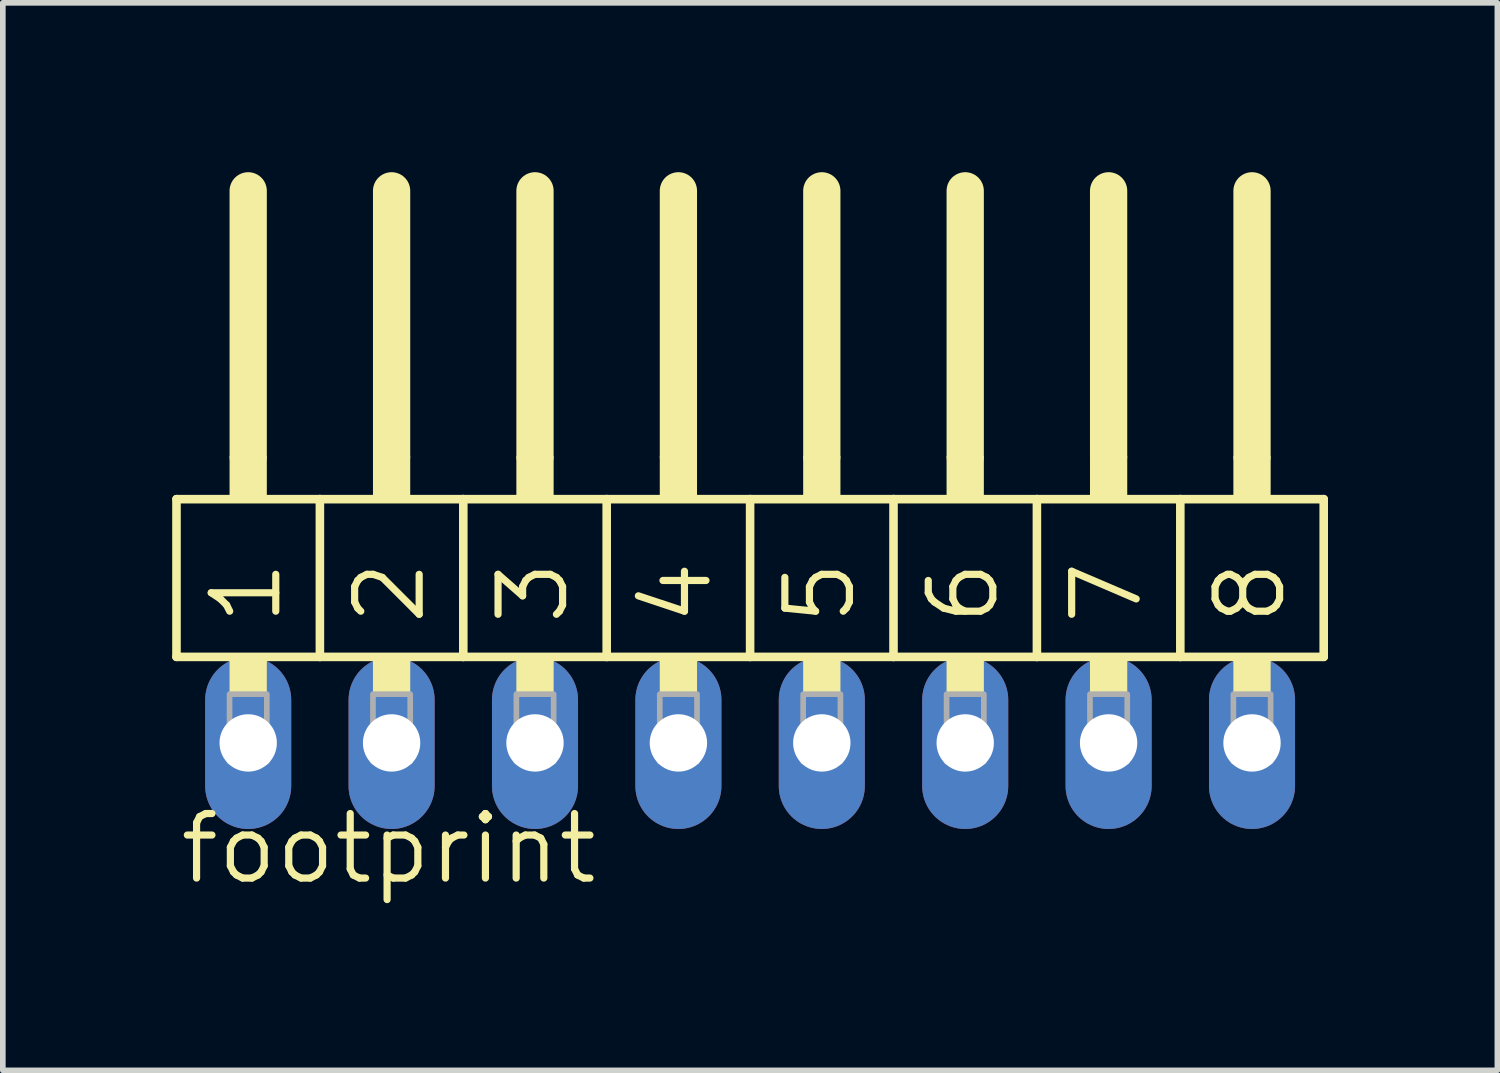
<source format=kicad_pcb>
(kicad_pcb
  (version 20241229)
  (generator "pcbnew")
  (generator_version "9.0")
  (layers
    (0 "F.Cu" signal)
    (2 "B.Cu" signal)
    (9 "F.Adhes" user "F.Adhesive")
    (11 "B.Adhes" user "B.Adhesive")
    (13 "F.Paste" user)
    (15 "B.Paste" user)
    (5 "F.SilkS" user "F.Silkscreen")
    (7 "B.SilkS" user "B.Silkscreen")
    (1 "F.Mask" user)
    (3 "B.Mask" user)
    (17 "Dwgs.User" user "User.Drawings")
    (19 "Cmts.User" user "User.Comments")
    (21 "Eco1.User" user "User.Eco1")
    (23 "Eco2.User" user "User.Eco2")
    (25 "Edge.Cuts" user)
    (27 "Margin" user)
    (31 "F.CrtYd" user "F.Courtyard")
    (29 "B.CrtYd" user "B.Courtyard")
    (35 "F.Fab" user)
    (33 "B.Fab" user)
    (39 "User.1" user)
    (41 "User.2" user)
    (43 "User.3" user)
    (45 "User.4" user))
  (footprint "footprint"
    (layer "F.Cu")
    (at 10.236 10.109)
    (property "Reference" "footprint" (at -10.16 2.54 0) (layer "F.SilkS") (effects (font (size 1.143 1.143) (thickness 0.127)) (justify left bottom)))
    (fp_line (start -10.16 -4.318) (end -7.62 -4.318) (stroke (width 0.152) (type solid)) (layer "F.SilkS"))
    (fp_line (start -10.16 -1.524) (end -10.16 -4.318) (stroke (width 0.152) (type solid)) (layer "F.SilkS"))
    (fp_line (start -8.89 -5.08) (end -8.89 -9.779) (stroke (width 0.66) (type solid)) (layer "F.SilkS"))
    (fp_line (start -7.62 -4.318) (end -5.08 -4.318) (stroke (width 0.152) (type solid)) (layer "F.SilkS"))
    (fp_line (start -7.62 -1.524) (end -10.16 -1.524) (stroke (width 0.152) (type solid)) (layer "F.SilkS"))
    (fp_line (start -7.62 -1.524) (end -7.62 -4.318) (stroke (width 0.152) (type solid)) (layer "F.SilkS"))
    (fp_line (start -7.62 -1.524) (end -5.08 -1.524) (stroke (width 0.152) (type solid)) (layer "F.SilkS"))
    (fp_line (start -6.35 -5.08) (end -6.35 -9.779) (stroke (width 0.66) (type solid)) (layer "F.SilkS"))
    (fp_line (start -5.08 -4.318) (end -2.54 -4.318) (stroke (width 0.152) (type solid)) (layer "F.SilkS"))
    (fp_line (start -5.08 -1.524) (end -5.08 -4.318) (stroke (width 0.152) (type solid)) (layer "F.SilkS"))
    (fp_line (start -3.81 -5.08) (end -3.81 -9.779) (stroke (width 0.66) (type solid)) (layer "F.SilkS"))
    (fp_line (start -2.54 -4.318) (end 0 -4.318) (stroke (width 0.152) (type solid)) (layer "F.SilkS"))
    (fp_line (start -2.54 -1.524) (end -5.08 -1.524) (stroke (width 0.152) (type solid)) (layer "F.SilkS"))
    (fp_line (start -2.54 -1.524) (end -2.54 -4.318) (stroke (width 0.152) (type solid)) (layer "F.SilkS"))
    (fp_line (start -1.27 -5.08) (end -1.27 -9.779) (stroke (width 0.66) (type solid)) (layer "F.SilkS"))
    (fp_line (start 0 -4.318) (end 2.54 -4.318) (stroke (width 0.152) (type solid)) (layer "F.SilkS"))
    (fp_line (start 0 -1.524) (end -2.54 -1.524) (stroke (width 0.152) (type solid)) (layer "F.SilkS"))
    (fp_line (start 0 -1.524) (end 0 -4.318) (stroke (width 0.152) (type solid)) (layer "F.SilkS"))
    (fp_line (start 1.27 -5.08) (end 1.27 -9.779) (stroke (width 0.66) (type solid)) (layer "F.SilkS"))
    (fp_line (start 2.54 -4.318) (end 5.08 -4.318) (stroke (width 0.152) (type solid)) (layer "F.SilkS"))
    (fp_line (start 2.54 -1.524) (end 0 -1.524) (stroke (width 0.152) (type solid)) (layer "F.SilkS"))
    (fp_line (start 2.54 -1.524) (end 2.54 -4.318) (stroke (width 0.152) (type solid)) (layer "F.SilkS"))
    (fp_line (start 3.81 -5.08) (end 3.81 -9.779) (stroke (width 0.66) (type solid)) (layer "F.SilkS"))
    (fp_line (start 5.08 -4.318) (end 7.62 -4.318) (stroke (width 0.152) (type solid)) (layer "F.SilkS"))
    (fp_line (start 5.08 -1.524) (end 2.54 -1.524) (stroke (width 0.152) (type solid)) (layer "F.SilkS"))
    (fp_line (start 5.08 -1.524) (end 5.08 -4.318) (stroke (width 0.152) (type solid)) (layer "F.SilkS"))
    (fp_line (start 5.08 -1.524) (end 7.62 -1.524) (stroke (width 0.152) (type solid)) (layer "F.SilkS"))
    (fp_line (start 6.35 -5.08) (end 6.35 -9.779) (stroke (width 0.66) (type solid)) (layer "F.SilkS"))
    (fp_line (start 7.62 -4.318) (end 10.16 -4.318) (stroke (width 0.152) (type solid)) (layer "F.SilkS"))
    (fp_line (start 7.62 -1.524) (end 7.62 -4.318) (stroke (width 0.152) (type solid)) (layer "F.SilkS"))
    (fp_line (start 8.89 -5.08) (end 8.89 -9.779) (stroke (width 0.66) (type solid)) (layer "F.SilkS"))
    (fp_line (start 10.16 -1.524) (end 7.62 -1.524) (stroke (width 0.152) (type solid)) (layer "F.SilkS"))
    (fp_line (start 10.16 -1.524) (end 10.16 -4.318) (stroke (width 0.152) (type solid)) (layer "F.SilkS"))
    (fp_poly (pts (xy -9.22 -4.318) (xy -8.56 -4.318) (xy -8.56 -5.08) (xy -9.22 -5.08)) (stroke (width 0) (type solid)) (fill yes) (layer "F.SilkS"))
    (fp_poly (pts (xy -9.22 -0.864) (xy -8.56 -0.864) (xy -8.56 -1.524) (xy -9.22 -1.524)) (stroke (width 0) (type solid)) (fill yes) (layer "F.SilkS"))
    (fp_poly (pts (xy -6.68 -4.318) (xy -6.02 -4.318) (xy -6.02 -5.08) (xy -6.68 -5.08)) (stroke (width 0) (type solid)) (fill yes) (layer "F.SilkS"))
    (fp_poly (pts (xy -6.68 -0.864) (xy -6.02 -0.864) (xy -6.02 -1.524) (xy -6.68 -1.524)) (stroke (width 0) (type solid)) (fill yes) (layer "F.SilkS"))
    (fp_poly (pts (xy -4.14 -4.318) (xy -3.48 -4.318) (xy -3.48 -5.08) (xy -4.14 -5.08)) (stroke (width 0) (type solid)) (fill yes) (layer "F.SilkS"))
    (fp_poly (pts (xy -4.14 -0.864) (xy -3.48 -0.864) (xy -3.48 -1.524) (xy -4.14 -1.524)) (stroke (width 0) (type solid)) (fill yes) (layer "F.SilkS"))
    (fp_poly (pts (xy -1.6 -4.318) (xy -0.94 -4.318) (xy -0.94 -5.08) (xy -1.6 -5.08)) (stroke (width 0) (type solid)) (fill yes) (layer "F.SilkS"))
    (fp_poly (pts (xy -1.6 -0.864) (xy -0.94 -0.864) (xy -0.94 -1.524) (xy -1.6 -1.524)) (stroke (width 0) (type solid)) (fill yes) (layer "F.SilkS"))
    (fp_poly (pts (xy 0.94 -4.318) (xy 1.6 -4.318) (xy 1.6 -5.08) (xy 0.94 -5.08)) (stroke (width 0) (type solid)) (fill yes) (layer "F.SilkS"))
    (fp_poly (pts (xy 0.94 -0.864) (xy 1.6 -0.864) (xy 1.6 -1.524) (xy 0.94 -1.524)) (stroke (width 0) (type solid)) (fill yes) (layer "F.SilkS"))
    (fp_poly (pts (xy 3.48 -4.318) (xy 4.14 -4.318) (xy 4.14 -5.08) (xy 3.48 -5.08)) (stroke (width 0) (type solid)) (fill yes) (layer "F.SilkS"))
    (fp_poly (pts (xy 3.48 -0.864) (xy 4.14 -0.864) (xy 4.14 -1.524) (xy 3.48 -1.524)) (stroke (width 0) (type solid)) (fill yes) (layer "F.SilkS"))
    (fp_poly (pts (xy 6.02 -4.318) (xy 6.68 -4.318) (xy 6.68 -5.08) (xy 6.02 -5.08)) (stroke (width 0) (type solid)) (fill yes) (layer "F.SilkS"))
    (fp_poly (pts (xy 6.02 -0.864) (xy 6.68 -0.864) (xy 6.68 -1.524) (xy 6.02 -1.524)) (stroke (width 0) (type solid)) (fill yes) (layer "F.SilkS"))
    (fp_poly (pts (xy 8.56 -4.318) (xy 9.22 -4.318) (xy 9.22 -5.08) (xy 8.56 -5.08)) (stroke (width 0) (type solid)) (fill yes) (layer "F.SilkS"))
    (fp_poly (pts (xy 8.56 -0.864) (xy 9.22 -0.864) (xy 9.22 -1.524) (xy 8.56 -1.524)) (stroke (width 0) (type solid)) (fill yes) (layer "F.SilkS"))
    (fp_poly (pts (xy -9.22 0.33) (xy -8.56 0.33) (xy -8.56 -0.864) (xy -9.22 -0.864)) (stroke (width 0.1) (type solid)) (fill no) (layer "F.Fab"))
    (fp_poly (pts (xy -6.68 0.33) (xy -6.02 0.33) (xy -6.02 -0.864) (xy -6.68 -0.864)) (stroke (width 0.1) (type solid)) (fill no) (layer "F.Fab"))
    (fp_poly (pts (xy -4.14 0.33) (xy -3.48 0.33) (xy -3.48 -0.864) (xy -4.14 -0.864)) (stroke (width 0.1) (type solid)) (fill no) (layer "F.Fab"))
    (fp_poly (pts (xy -1.6 0.33) (xy -0.94 0.33) (xy -0.94 -0.864) (xy -1.6 -0.864)) (stroke (width 0.1) (type solid)) (fill no) (layer "F.Fab"))
    (fp_poly (pts (xy 0.94 0.33) (xy 1.6 0.33) (xy 1.6 -0.864) (xy 0.94 -0.864)) (stroke (width 0.1) (type solid)) (fill no) (layer "F.Fab"))
    (fp_poly (pts (xy 3.48 0.33) (xy 4.14 0.33) (xy 4.14 -0.864) (xy 3.48 -0.864)) (stroke (width 0.1) (type solid)) (fill no) (layer "F.Fab"))
    (fp_poly (pts (xy 6.02 0.33) (xy 6.68 0.33) (xy 6.68 -0.864) (xy 6.02 -0.864)) (stroke (width 0.1) (type solid)) (fill no) (layer "F.Fab"))
    (fp_poly (pts (xy 8.56 0.33) (xy 9.22 0.33) (xy 9.22 -0.864) (xy 8.56 -0.864)) (stroke (width 0.1) (type solid)) (fill no) (layer "F.Fab"))
    (fp_text user "2" (at -5.715 -2.032 90) (layer "F.SilkS") (effects (font (size 1.143 1.143) (thickness 0.127)) (justify left bottom)))
    (fp_text user "8" (at 9.525 -2.032 90) (layer "F.SilkS") (effects (font (size 1.143 1.143) (thickness 0.127)) (justify left bottom)))
    (fp_text user "6" (at 4.445 -2.032 90) (layer "F.SilkS") (effects (font (size 1.143 1.143) (thickness 0.127)) (justify left bottom)))
    (fp_text user "1" (at -8.255 -2.032 90) (layer "F.SilkS") (effects (font (size 1.143 1.143) (thickness 0.127)) (justify left bottom)))
    (fp_text user "3" (at -3.175 -2.032 90) (layer "F.SilkS") (effects (font (size 1.143 1.143) (thickness 0.127)) (justify left bottom)))
    (fp_text user "7" (at 6.985 -2.032 90) (layer "F.SilkS") (effects (font (size 1.143 1.143) (thickness 0.127)) (justify left bottom)))
    (fp_text user "5" (at 1.905 -2.032 90) (layer "F.SilkS") (effects (font (size 1.143 1.143) (thickness 0.127)) (justify left bottom)))
    (fp_text user "4" (at -0.635 -2.032 90) (layer "F.SilkS") (effects (font (size 1.143 1.143) (thickness 0.127)) (justify left bottom)))
    (pad "1" thru_hole oval (at -8.89 0 90) (size 3.048 1.524) (drill 1.016) (layers "*.Cu" "*.Mask"))
    (pad "2" thru_hole oval (at -6.35 0 90) (size 3.048 1.524) (drill 1.016) (layers "*.Cu" "*.Mask"))
    (pad "3" thru_hole oval (at -3.81 0 90) (size 3.048 1.524) (drill 1.016) (layers "*.Cu" "*.Mask"))
    (pad "4" thru_hole oval (at -1.27 0 90) (size 3.048 1.524) (drill 1.016) (layers "*.Cu" "*.Mask"))
    (pad "5" thru_hole oval (at 1.27 0 90) (size 3.048 1.524) (drill 1.016) (layers "*.Cu" "*.Mask"))
    (pad "6" thru_hole oval (at 3.81 0 90) (size 3.048 1.524) (drill 1.016) (layers "*.Cu" "*.Mask"))
    (pad "7" thru_hole oval (at 6.35 0 90) (size 3.048 1.524) (drill 1.016) (layers "*.Cu" "*.Mask"))
    (pad "8" thru_hole oval (at 8.89 0 90) (size 3.048 1.524) (drill 1.016) (layers "*.Cu" "*.Mask")))
  (gr_rect
    (start -3 -3)
    (end 23.472 15.908)
    (stroke (width 0.1) (type default))
    (fill no)
    (layer "Edge.Cuts")))
</source>
